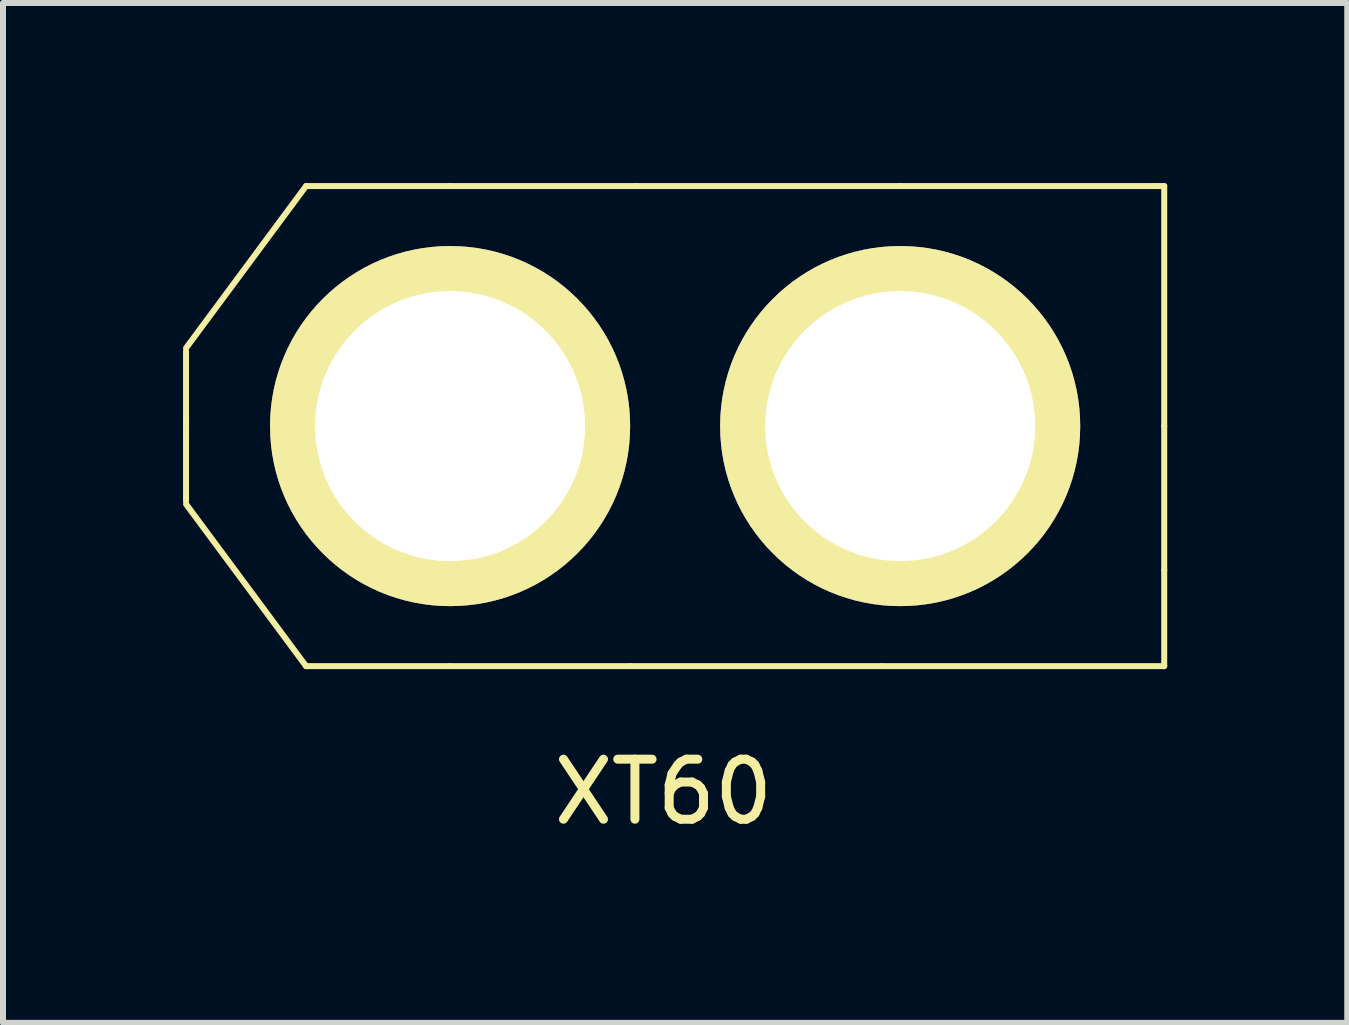
<source format=kicad_pcb>
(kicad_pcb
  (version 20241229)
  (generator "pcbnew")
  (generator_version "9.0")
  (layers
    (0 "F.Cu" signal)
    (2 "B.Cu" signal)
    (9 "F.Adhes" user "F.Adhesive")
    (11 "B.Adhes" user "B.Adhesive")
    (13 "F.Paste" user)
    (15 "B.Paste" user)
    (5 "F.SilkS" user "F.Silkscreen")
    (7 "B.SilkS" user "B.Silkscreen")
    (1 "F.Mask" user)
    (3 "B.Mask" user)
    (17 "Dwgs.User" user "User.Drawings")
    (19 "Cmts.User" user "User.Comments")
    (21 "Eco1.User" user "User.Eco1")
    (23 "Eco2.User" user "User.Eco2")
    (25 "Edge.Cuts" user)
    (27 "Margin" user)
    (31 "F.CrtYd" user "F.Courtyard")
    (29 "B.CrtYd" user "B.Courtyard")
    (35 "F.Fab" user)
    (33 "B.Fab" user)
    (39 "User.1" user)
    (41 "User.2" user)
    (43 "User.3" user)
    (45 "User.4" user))
  (footprint "XT60"
    (layer "F.Cu")
    (at 4.45 4.05)
    (property "Reference" "XT60" (at 3.556 6.096 0) (layer "F.SilkS") (effects (font (size 1 1) (thickness 0.15))))
    (attr through_hole)
    (fp_line (start -4.4 -0.1) (end -4.4 0.2) (stroke (width 0.1) (type solid)) (layer "F.SilkS"))
    (fp_line (start -4.4 0) (end -4.4 -1.25) (stroke (width 0.1) (type solid)) (layer "F.SilkS"))
    (fp_line (start -4.4 0) (end -4.4 1.25) (stroke (width 0.1) (type solid)) (layer "F.SilkS"))
    (fp_line (start -2.4 -4) (end -4.4 -1.3) (stroke (width 0.1) (type solid)) (layer "F.SilkS"))
    (fp_line (start -2.4 4) (end -4.4 1.3) (stroke (width 0.1) (type solid)) (layer "F.SilkS"))
    (fp_line (start 0 -4) (end -2.4 -4) (stroke (width 0.1) (type solid)) (layer "F.SilkS"))
    (fp_line (start 0 4) (end -2.4 4) (stroke (width 0.1) (type solid)) (layer "F.SilkS"))
    (fp_line (start 3 4) (end 0 4) (stroke (width 0.1) (type solid)) (layer "F.SilkS"))
    (fp_line (start 3.1 -4) (end 0 -4) (stroke (width 0.1) (type solid)) (layer "F.SilkS"))
    (fp_line (start 7.2 4) (end 3 4) (stroke (width 0.1) (type solid)) (layer "F.SilkS"))
    (fp_line (start 7.2 4) (end 11.9 4) (stroke (width 0.1) (type solid)) (layer "F.SilkS"))
    (fp_line (start 7.5 -4) (end 3.1 -4) (stroke (width 0.1) (type solid)) (layer "F.SilkS"))
    (fp_line (start 7.5 -4) (end 11.7 -4) (stroke (width 0.1) (type solid)) (layer "F.SilkS"))
    (fp_line (start 11.7 -4) (end 11.8 -4) (stroke (width 0.1) (type solid)) (layer "F.SilkS"))
    (fp_line (start 11.8 -4) (end 11.9 -4) (stroke (width 0.1) (type solid)) (layer "F.SilkS"))
    (fp_line (start 11.9 -4) (end 11.9 0) (stroke (width 0.1) (type solid)) (layer "F.SilkS"))
    (fp_line (start 11.9 0) (end 11.9 2.4) (stroke (width 0.1) (type solid)) (layer "F.SilkS"))
    (fp_line (start 11.9 4) (end 11.9 2.4) (stroke (width 0.1) (type solid)) (layer "F.SilkS"))
    (pad "1" thru_hole circle (at 7.5 0) (size 6 6) (drill 4.5) (layers "*.Cu" "*.Mask" "F.SilkS"))
    (pad "2" thru_hole circle (at 0 0) (size 6 6) (drill 4.5) (layers "*.Cu" "*.Mask" "F.SilkS")))
  (gr_rect
    (start -3 -3)
    (end 19.4 13.994)
    (stroke (width 0.1) (type default))
    (fill no)
    (layer "Edge.Cuts")))
</source>
